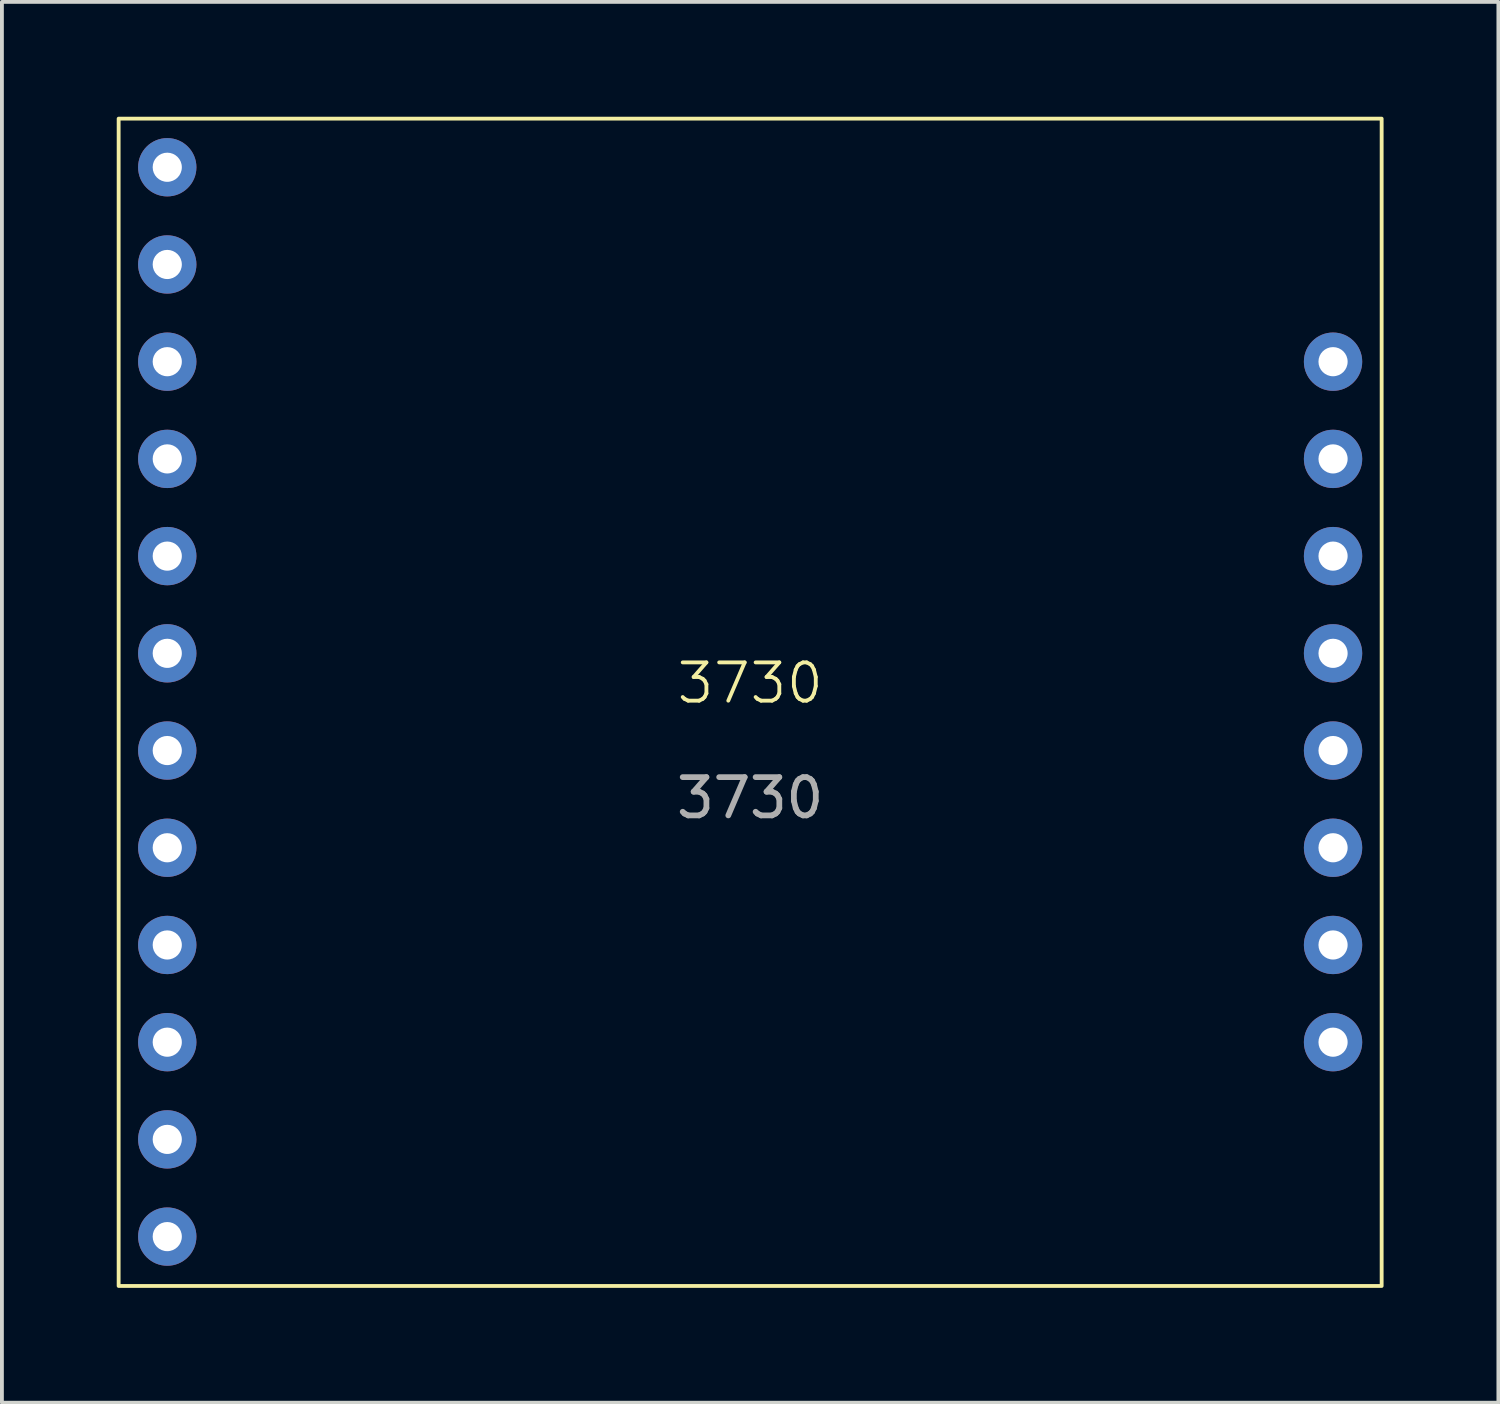
<source format=kicad_pcb>
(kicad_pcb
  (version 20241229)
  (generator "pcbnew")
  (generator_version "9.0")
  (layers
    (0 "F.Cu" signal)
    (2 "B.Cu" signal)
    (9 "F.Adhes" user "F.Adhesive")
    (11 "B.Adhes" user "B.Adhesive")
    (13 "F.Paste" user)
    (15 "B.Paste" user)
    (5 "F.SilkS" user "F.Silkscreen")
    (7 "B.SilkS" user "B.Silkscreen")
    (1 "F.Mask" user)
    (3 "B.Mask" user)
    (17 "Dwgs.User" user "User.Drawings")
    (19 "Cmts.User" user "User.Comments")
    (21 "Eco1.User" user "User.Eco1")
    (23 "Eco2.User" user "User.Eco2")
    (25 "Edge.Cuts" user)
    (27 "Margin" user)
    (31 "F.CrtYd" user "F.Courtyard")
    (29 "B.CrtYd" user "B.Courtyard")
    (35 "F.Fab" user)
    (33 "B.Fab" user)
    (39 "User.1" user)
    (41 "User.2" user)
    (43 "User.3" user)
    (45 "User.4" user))
  (footprint "3730"
    (layer "F.Cu")
    (at 16.55 15.3)
    (property "Reference" "3730" (at 0 -0.5 0) (unlocked yes) (layer "F.SilkS") (effects (font (size 1 1) (thickness 0.1))))
    (attr through_hole)
    (fp_rect (start -16.5 -15.25) (end 16.5 15.25) (stroke (width 0.1) (type default)) (fill no) (layer "F.SilkS"))
    (fp_text user "${REFERENCE}" (at 0 2.5 0) (unlocked yes) (layer "F.Fab") (effects (font (size 1 1) (thickness 0.15))))
    (pad "1" thru_hole circle (at -15.23 -13.98) (size 1.524 1.524) (drill 0.762) (layers "*.Cu" "*.Mask"))
    (pad "2" thru_hole circle (at -15.23 -11.44) (size 1.524 1.524) (drill 0.762) (layers "*.Cu" "*.Mask"))
    (pad "3" thru_hole circle (at -15.23 -8.9) (size 1.524 1.524) (drill 0.762) (layers "*.Cu" "*.Mask"))
    (pad "4" thru_hole circle (at -15.23 -6.36) (size 1.524 1.524) (drill 0.762) (layers "*.Cu" "*.Mask"))
    (pad "5" thru_hole circle (at -15.23 -3.82) (size 1.524 1.524) (drill 0.762) (layers "*.Cu" "*.Mask"))
    (pad "6" thru_hole circle (at -15.23 -1.28) (size 1.524 1.524) (drill 0.762) (layers "*.Cu" "*.Mask"))
    (pad "7" thru_hole circle (at -15.23 1.26) (size 1.524 1.524) (drill 0.762) (layers "*.Cu" "*.Mask"))
    (pad "8" thru_hole circle (at -15.23 3.8) (size 1.524 1.524) (drill 0.762) (layers "*.Cu" "*.Mask"))
    (pad "9" thru_hole circle (at -15.23 6.34) (size 1.524 1.524) (drill 0.762) (layers "*.Cu" "*.Mask"))
    (pad "10" thru_hole circle (at -15.23 8.88) (size 1.524 1.524) (drill 0.762) (layers "*.Cu" "*.Mask"))
    (pad "11" thru_hole circle (at -15.23 11.42) (size 1.524 1.524) (drill 0.762) (layers "*.Cu" "*.Mask"))
    (pad "12" thru_hole circle (at -15.23 13.96) (size 1.524 1.524) (drill 0.762) (layers "*.Cu" "*.Mask"))
    (pad "13" thru_hole circle (at 15.23 8.88 180) (size 1.524 1.524) (drill 0.762) (layers "*.Cu" "*.Mask"))
    (pad "14" thru_hole circle (at 15.23 6.34 180) (size 1.524 1.524) (drill 0.762) (layers "*.Cu" "*.Mask"))
    (pad "15" thru_hole circle (at 15.23 3.8 180) (size 1.524 1.524) (drill 0.762) (layers "*.Cu" "*.Mask"))
    (pad "16" thru_hole circle (at 15.23 1.26 180) (size 1.524 1.524) (drill 0.762) (layers "*.Cu" "*.Mask"))
    (pad "17" thru_hole circle (at 15.23 -1.28 180) (size 1.524 1.524) (drill 0.762) (layers "*.Cu" "*.Mask"))
    (pad "18" thru_hole circle (at 15.23 -3.82 180) (size 1.524 1.524) (drill 0.762) (layers "*.Cu" "*.Mask"))
    (pad "19" thru_hole circle (at 15.23 -6.36 180) (size 1.524 1.524) (drill 0.762) (layers "*.Cu" "*.Mask"))
    (pad "20" thru_hole circle (at 15.23 -8.9 180) (size 1.524 1.524) (drill 0.762) (layers "*.Cu" "*.Mask")))
  (gr_rect
    (start -3 -3)
    (end 36.1 33.6)
    (stroke (width 0.1) (type default))
    (fill no)
    (layer "Edge.Cuts")))
</source>
